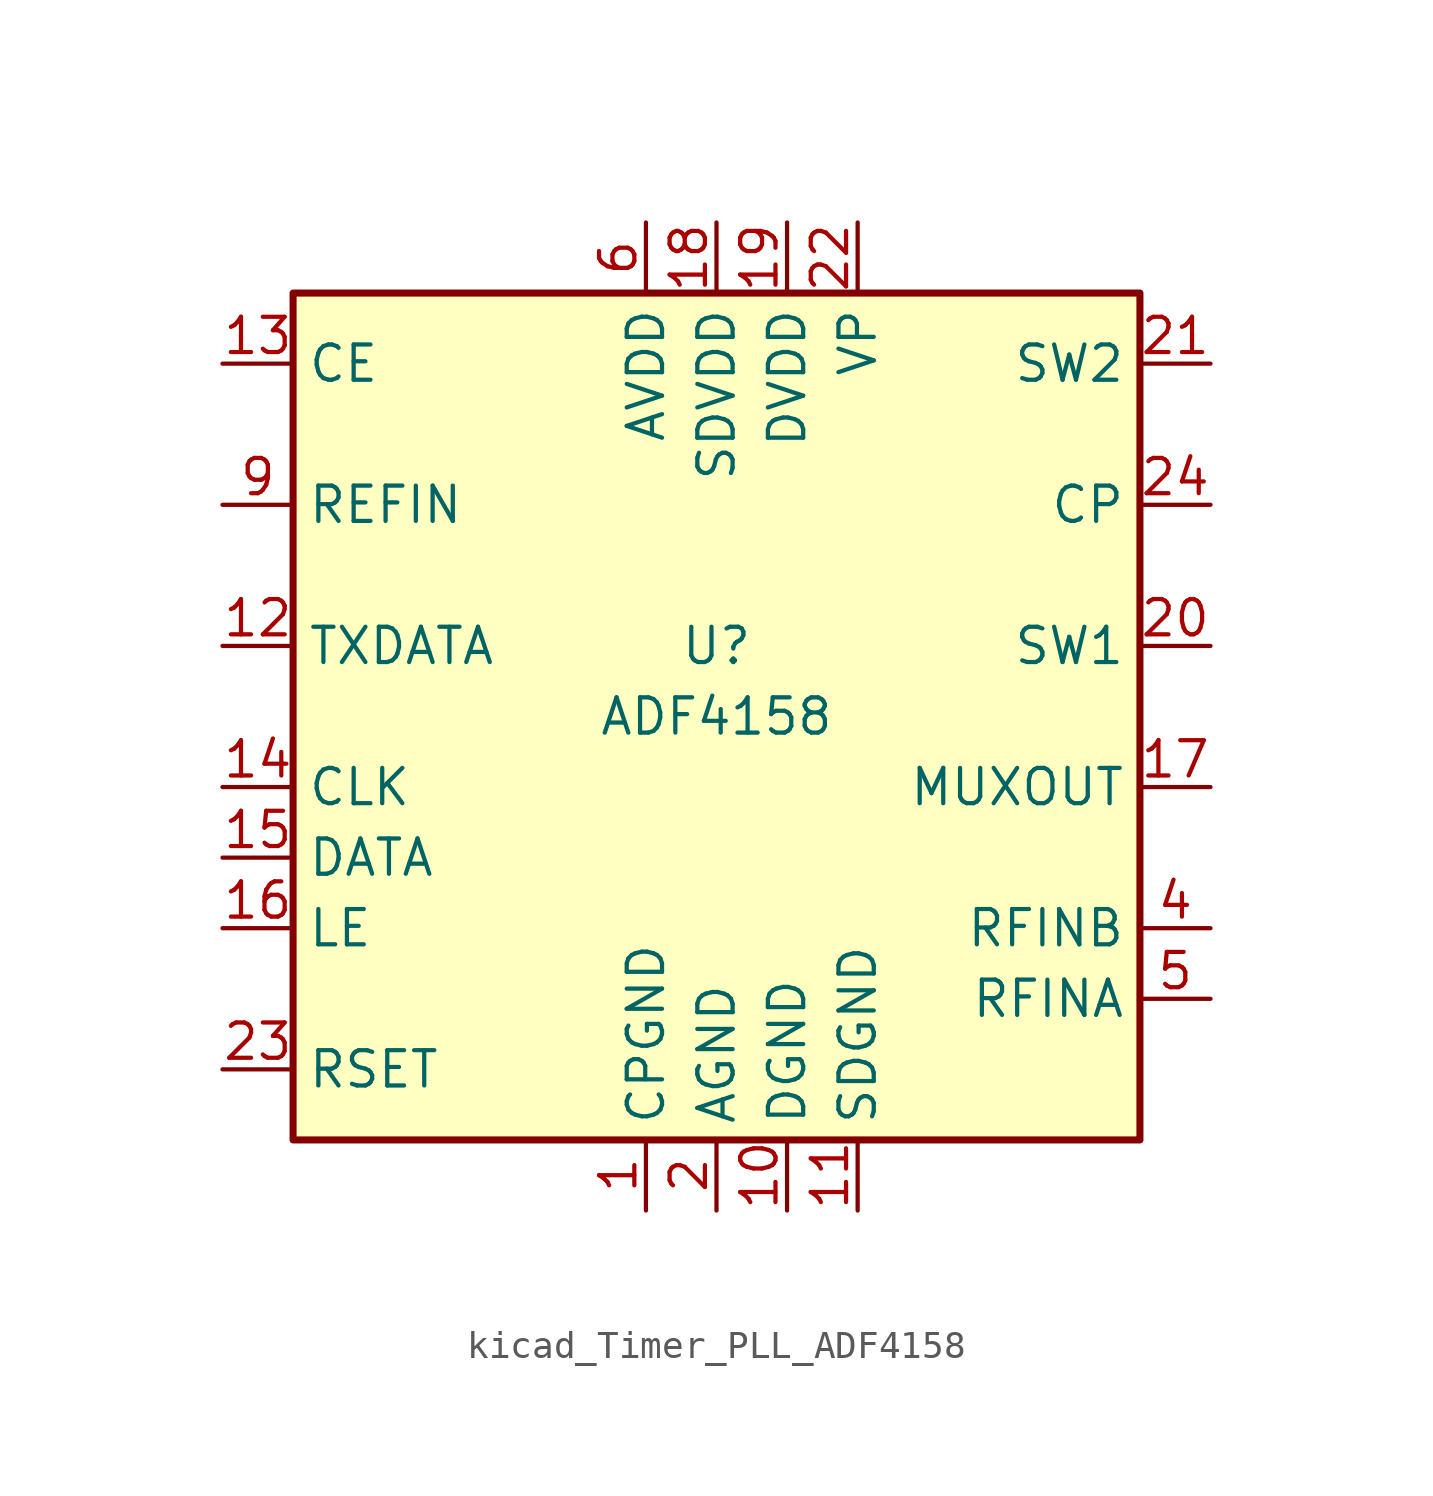
<source format=kicad_sym>
(kicad_symbol_lib
  (version 20220914)
  (generator kicad_symbol_editor)
  (symbol "kicad_Timer_PLL_ADF4158"
    (property "Reference" "U"
      (at 0 2.54 0)
      (effects (font (size 1.27 1.27))))
    (property "Value" "ADF4158"
      (at 0 0 0)
      (effects (font (size 1.27 1.27))))
    (symbol "kicad_Timer_PLL_ADF4158_0_1"
      (rectangle (start -15.24 15.24) (end 15.24 -15.24) (stroke (width 0.254) (type default)) (fill (type background))))
    (symbol "kicad_Timer_PLL_ADF4158_1_1"
      (pin power_in line (at -2.54 -17.78 90) (length 2.54) (name "CPGND" (effects (font (size 1.27 1.27)))) (number "1" (effects (font (size 1.27 1.27)))))
      (pin power_in line (at 2.54 -17.78 90) (length 2.54) (name "DGND" (effects (font (size 1.27 1.27)))) (number "10" (effects (font (size 1.27 1.27)))))
      (pin power_in line (at 5.08 -17.78 90) (length 2.54) (name "SDGND" (effects (font (size 1.27 1.27)))) (number "11" (effects (font (size 1.27 1.27)))))
      (pin input line (at -17.78 2.54 0) (length 2.54) (name "TXDATA" (effects (font (size 1.27 1.27)))) (number "12" (effects (font (size 1.27 1.27)))))
      (pin input line (at -17.78 12.7 0) (length 2.54) (name "CE" (effects (font (size 1.27 1.27)))) (number "13" (effects (font (size 1.27 1.27)))))
      (pin input line (at -17.78 -2.54 0) (length 2.54) (name "CLK" (effects (font (size 1.27 1.27)))) (number "14" (effects (font (size 1.27 1.27)))))
      (pin input line (at -17.78 -5.08 0) (length 2.54) (name "DATA" (effects (font (size 1.27 1.27)))) (number "15" (effects (font (size 1.27 1.27)))))
      (pin input line (at -17.78 -7.62 0) (length 2.54) (name "LE" (effects (font (size 1.27 1.27)))) (number "16" (effects (font (size 1.27 1.27)))))
      (pin output line (at 17.78 -2.54 180) (length 2.54) (name "MUXOUT" (effects (font (size 1.27 1.27)))) (number "17" (effects (font (size 1.27 1.27)))))
      (pin power_in line (at 0 17.78 270) (length 2.54) (name "SDVDD" (effects (font (size 1.27 1.27)))) (number "18" (effects (font (size 1.27 1.27)))))
      (pin power_in line (at 2.54 17.78 270) (length 2.54) (name "DVDD" (effects (font (size 1.27 1.27)))) (number "19" (effects (font (size 1.27 1.27)))))
      (pin power_in line (at 0 -17.78 90) (length 2.54) (name "AGND" (effects (font (size 1.27 1.27)))) (number "2" (effects (font (size 1.27 1.27)))))
      (pin passive line (at 17.78 2.54 180) (length 2.54) (name "SW1" (effects (font (size 1.27 1.27)))) (number "20" (effects (font (size 1.27 1.27)))))
      (pin passive line (at 17.78 12.7 180) (length 2.54) (name "SW2" (effects (font (size 1.27 1.27)))) (number "21" (effects (font (size 1.27 1.27)))))
      (pin power_in line (at 5.08 17.78 270) (length 2.54) (name "VP" (effects (font (size 1.27 1.27)))) (number "22" (effects (font (size 1.27 1.27)))))
      (pin passive line (at -17.78 -12.7 0) (length 2.54) (name "RSET" (effects (font (size 1.27 1.27)))) (number "23" (effects (font (size 1.27 1.27)))))
      (pin output line (at 17.78 7.62 180) (length 2.54) (name "CP" (effects (font (size 1.27 1.27)))) (number "24" (effects (font (size 1.27 1.27)))))
      (pin passive line (at 0 -17.78 90) (length 2.54) hide (name "AGND" (effects (font (size 1.27 1.27)))) (number "25" (effects (font (size 1.27 1.27)))))
      (pin passive line (at 0 -17.78 90) (length 2.54) hide (name "AGND" (effects (font (size 1.27 1.27)))) (number "3" (effects (font (size 1.27 1.27)))))
      (pin input line (at 17.78 -7.62 180) (length 2.54) (name "RFINB" (effects (font (size 1.27 1.27)))) (number "4" (effects (font (size 1.27 1.27)))))
      (pin input line (at 17.78 -10.16 180) (length 2.54) (name "RFINA" (effects (font (size 1.27 1.27)))) (number "5" (effects (font (size 1.27 1.27)))))
      (pin power_in line (at -2.54 17.78 270) (length 2.54) (name "AVDD" (effects (font (size 1.27 1.27)))) (number "6" (effects (font (size 1.27 1.27)))))
      (pin passive line (at -2.54 17.78 270) (length 2.54) hide (name "AVDD" (effects (font (size 1.27 1.27)))) (number "7" (effects (font (size 1.27 1.27)))))
      (pin passive line (at -2.54 17.78 270) (length 2.54) hide (name "AVDD" (effects (font (size 1.27 1.27)))) (number "8" (effects (font (size 1.27 1.27)))))
      (pin input line (at -17.78 7.62 0) (length 2.54) (name "REFIN" (effects (font (size 1.27 1.27)))) (number "9" (effects (font (size 1.27 1.27))))))))
</source>
